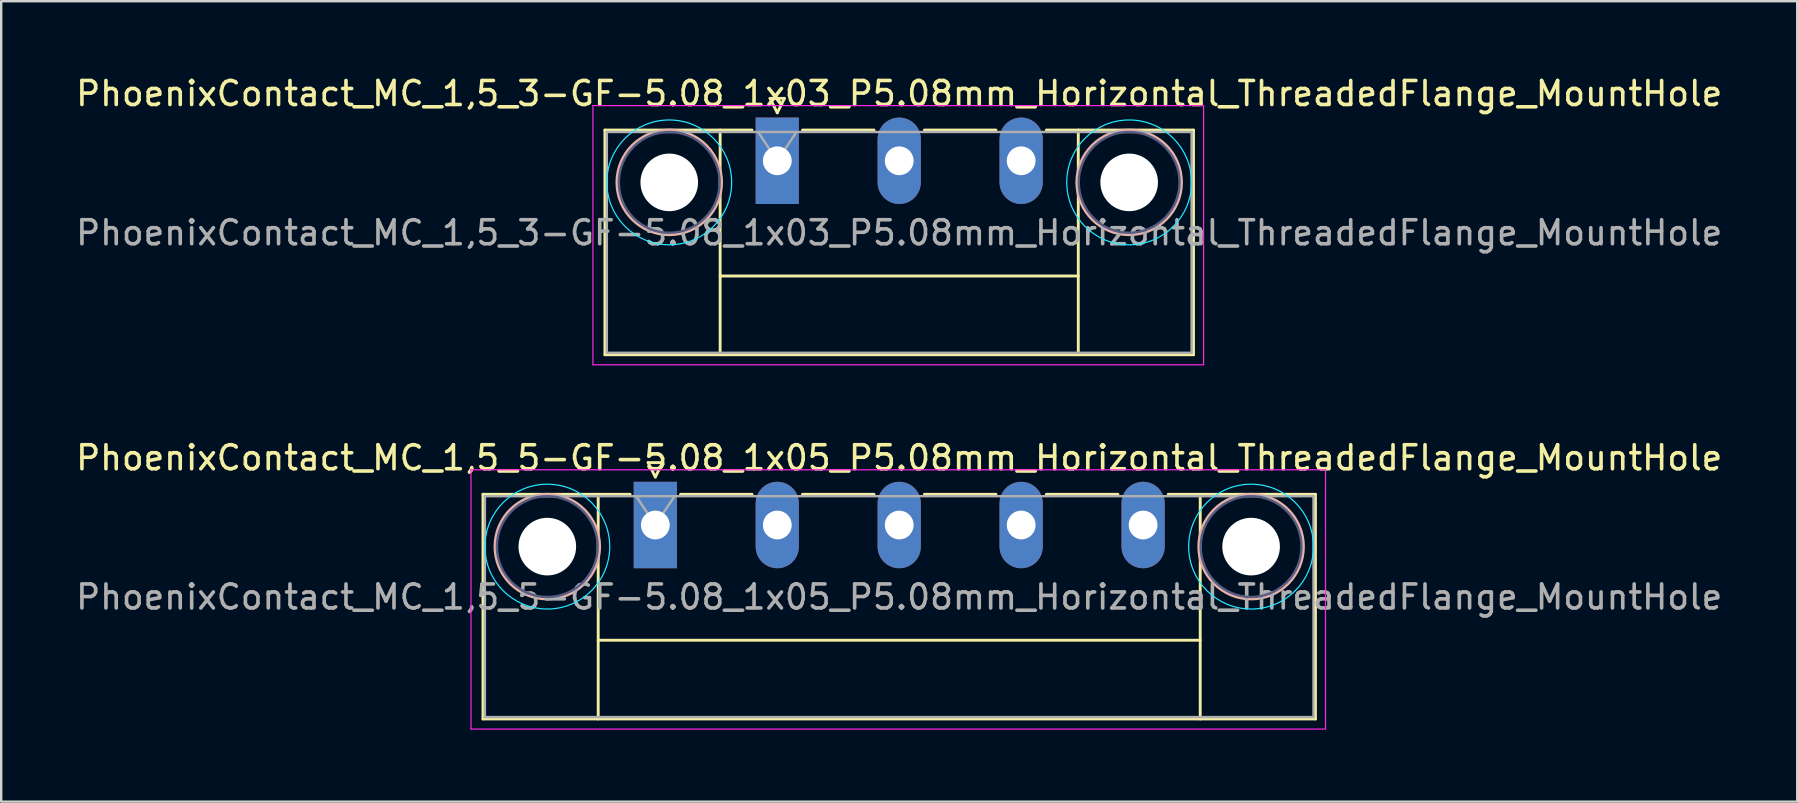
<source format=kicad_pcb>
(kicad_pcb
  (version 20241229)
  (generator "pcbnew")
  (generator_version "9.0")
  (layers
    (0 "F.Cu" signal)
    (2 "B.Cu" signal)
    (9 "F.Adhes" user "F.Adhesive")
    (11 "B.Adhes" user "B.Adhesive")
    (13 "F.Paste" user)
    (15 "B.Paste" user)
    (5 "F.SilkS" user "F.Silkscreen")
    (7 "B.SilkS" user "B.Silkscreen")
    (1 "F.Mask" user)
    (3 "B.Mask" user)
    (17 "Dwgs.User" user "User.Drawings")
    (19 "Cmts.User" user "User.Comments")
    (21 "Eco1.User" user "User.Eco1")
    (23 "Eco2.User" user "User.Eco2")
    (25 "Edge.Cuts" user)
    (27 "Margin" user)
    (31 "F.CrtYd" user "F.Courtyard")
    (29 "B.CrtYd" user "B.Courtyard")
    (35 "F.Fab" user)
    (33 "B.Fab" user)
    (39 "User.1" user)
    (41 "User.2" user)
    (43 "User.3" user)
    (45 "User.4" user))
  (footprint "PhoenixContact_MC_1,5_5-GF-5.08_1x05_P5.08mm_Horizontal_ThreadedFlange_MountHole"
    (layer "F.Cu")
    (at 24.251 18.822)
    (property "Reference" "PhoenixContact_MC_1,5_5-GF-5.08_1x05_P5.08mm_Horizontal_ThreadedFlange_MountHole" (at 10.16 -2.8 0) (layer "F.SilkS") (effects (font (size 1 1) (thickness 0.15))))
    (attr through_hole)
    (fp_line (start -7.18 -1.28) (end -7.18 8.08) (stroke (width 0.12) (type solid)) (layer "F.SilkS"))
    (fp_line (start -7.18 -1.28) (end -1.05 -1.28) (stroke (width 0.12) (type solid)) (layer "F.SilkS"))
    (fp_line (start -7.18 8.08) (end 27.5 8.08) (stroke (width 0.12) (type solid)) (layer "F.SilkS"))
    (fp_line (start -2.38 -1.28) (end -2.38 8.08) (stroke (width 0.12) (type solid)) (layer "F.SilkS"))
    (fp_line (start -2.38 4.8) (end 22.7 4.8) (stroke (width 0.12) (type solid)) (layer "F.SilkS"))
    (fp_line (start -0.3 -2.6) (end 0.3 -2.6) (stroke (width 0.12) (type solid)) (layer "F.SilkS"))
    (fp_line (start 0 -2) (end -0.3 -2.6) (stroke (width 0.12) (type solid)) (layer "F.SilkS"))
    (fp_line (start 0.3 -2.6) (end 0 -2) (stroke (width 0.12) (type solid)) (layer "F.SilkS"))
    (fp_line (start 1.05 -1.28) (end 4.03 -1.28) (stroke (width 0.12) (type solid)) (layer "F.SilkS"))
    (fp_line (start 6.13 -1.28) (end 9.11 -1.28) (stroke (width 0.12) (type solid)) (layer "F.SilkS"))
    (fp_line (start 11.21 -1.28) (end 14.19 -1.28) (stroke (width 0.12) (type solid)) (layer "F.SilkS"))
    (fp_line (start 16.29 -1.28) (end 19.27 -1.28) (stroke (width 0.12) (type solid)) (layer "F.SilkS"))
    (fp_line (start 22.7 -1.28) (end 22.7 8.08) (stroke (width 0.12) (type solid)) (layer "F.SilkS"))
    (fp_line (start 27.5 -1.28) (end 21.37 -1.28) (stroke (width 0.12) (type solid)) (layer "F.SilkS"))
    (fp_line (start 27.5 8.08) (end 27.5 -1.28) (stroke (width 0.12) (type solid)) (layer "F.SilkS"))
    (fp_circle (center -4.5 0.9) (end -2.32 0.9) (stroke (width 0.12) (type solid)) (fill no) (layer "B.SilkS"))
    (fp_circle (center 24.82 0.9) (end 27 0.9) (stroke (width 0.12) (type solid)) (fill no) (layer "B.SilkS"))
    (fp_circle (center -4.5 0.9) (end -1.9 0.9) (stroke (width 0.05) (type solid)) (fill no) (layer "B.CrtYd"))
    (fp_circle (center 24.82 0.9) (end 27.42 0.9) (stroke (width 0.05) (type solid)) (fill no) (layer "B.CrtYd"))
    (fp_line (start -7.68 -2.3) (end -7.68 8.5) (stroke (width 0.05) (type solid)) (layer "F.CrtYd"))
    (fp_line (start -7.68 8.5) (end 27.92 8.5) (stroke (width 0.05) (type solid)) (layer "F.CrtYd"))
    (fp_line (start 27.92 -2.3) (end -7.68 -2.3) (stroke (width 0.05) (type solid)) (layer "F.CrtYd"))
    (fp_line (start 27.92 8.5) (end 27.92 -2.3) (stroke (width 0.05) (type solid)) (layer "F.CrtYd"))
    (fp_circle (center -4.5 0.9) (end -2.4 0.9) (stroke (width 0.1) (type solid)) (fill no) (layer "B.Fab"))
    (fp_circle (center 24.82 0.9) (end 26.92 0.9) (stroke (width 0.1) (type solid)) (fill no) (layer "B.Fab"))
    (fp_line (start -7.1 -1.2) (end -7.1 8) (stroke (width 0.1) (type solid)) (layer "F.Fab"))
    (fp_line (start -7.1 8) (end 27.42 8) (stroke (width 0.1) (type solid)) (layer "F.Fab"))
    (fp_line (start 0 0) (end -0.8 -1.2) (stroke (width 0.1) (type solid)) (layer "F.Fab"))
    (fp_line (start 0.8 -1.2) (end 0 0) (stroke (width 0.1) (type solid)) (layer "F.Fab"))
    (fp_line (start 27.42 -1.2) (end -7.1 -1.2) (stroke (width 0.1) (type solid)) (layer "F.Fab"))
    (fp_line (start 27.42 8) (end 27.42 -1.2) (stroke (width 0.1) (type solid)) (layer "F.Fab"))
    (fp_text user "${REFERENCE}" (at 10.16 3 0) (layer "F.Fab") (effects (font (size 1 1) (thickness 0.15))))
    (pad "" np_thru_hole circle (at -4.5 0.9) (size 2.4 2.4) (drill 2.4) (layers "*.Cu" "*.Mask"))
    (pad "" np_thru_hole circle (at 24.82 0.9) (size 2.4 2.4) (drill 2.4) (layers "*.Cu" "*.Mask"))
    (pad "1" thru_hole rect (at 0 0) (size 1.8 3.6) (drill 1.2) (layers "*.Cu" "*.Mask"))
    (pad "2" thru_hole oval (at 5.08 0) (size 1.8 3.6) (drill 1.2) (layers "*.Cu" "*.Mask"))
    (pad "3" thru_hole oval (at 10.16 0) (size 1.8 3.6) (drill 1.2) (layers "*.Cu" "*.Mask"))
    (pad "4" thru_hole oval (at 15.24 0) (size 1.8 3.6) (drill 1.2) (layers "*.Cu" "*.Mask"))
    (pad "5" thru_hole oval (at 20.32 0) (size 1.8 3.6) (drill 1.2) (layers "*.Cu" "*.Mask")))
  (footprint "PhoenixContact_MC_1,5_3-GF-5.08_1x03_P5.08mm_Horizontal_ThreadedFlange_MountHole"
    (layer "F.Cu")
    (at 29.331 3.648)
    (property "Reference" "PhoenixContact_MC_1,5_3-GF-5.08_1x03_P5.08mm_Horizontal_ThreadedFlange_MountHole" (at 5.08 -2.8 0) (layer "F.SilkS") (effects (font (size 1 1) (thickness 0.15))))
    (attr through_hole)
    (fp_line (start -7.18 -1.28) (end -7.18 8.08) (stroke (width 0.12) (type solid)) (layer "F.SilkS"))
    (fp_line (start -7.18 -1.28) (end -1.05 -1.28) (stroke (width 0.12) (type solid)) (layer "F.SilkS"))
    (fp_line (start -7.18 8.08) (end 17.34 8.08) (stroke (width 0.12) (type solid)) (layer "F.SilkS"))
    (fp_line (start -2.38 -1.28) (end -2.38 8.08) (stroke (width 0.12) (type solid)) (layer "F.SilkS"))
    (fp_line (start -2.38 4.8) (end 12.54 4.8) (stroke (width 0.12) (type solid)) (layer "F.SilkS"))
    (fp_line (start -0.3 -2.6) (end 0.3 -2.6) (stroke (width 0.12) (type solid)) (layer "F.SilkS"))
    (fp_line (start 0 -2) (end -0.3 -2.6) (stroke (width 0.12) (type solid)) (layer "F.SilkS"))
    (fp_line (start 0.3 -2.6) (end 0 -2) (stroke (width 0.12) (type solid)) (layer "F.SilkS"))
    (fp_line (start 1.05 -1.28) (end 4.03 -1.28) (stroke (width 0.12) (type solid)) (layer "F.SilkS"))
    (fp_line (start 6.13 -1.28) (end 9.11 -1.28) (stroke (width 0.12) (type solid)) (layer "F.SilkS"))
    (fp_line (start 12.54 -1.28) (end 12.54 8.08) (stroke (width 0.12) (type solid)) (layer "F.SilkS"))
    (fp_line (start 17.34 -1.28) (end 11.21 -1.28) (stroke (width 0.12) (type solid)) (layer "F.SilkS"))
    (fp_line (start 17.34 8.08) (end 17.34 -1.28) (stroke (width 0.12) (type solid)) (layer "F.SilkS"))
    (fp_circle (center -4.5 0.9) (end -2.32 0.9) (stroke (width 0.12) (type solid)) (fill no) (layer "B.SilkS"))
    (fp_circle (center 14.66 0.9) (end 16.84 0.9) (stroke (width 0.12) (type solid)) (fill no) (layer "B.SilkS"))
    (fp_circle (center -4.5 0.9) (end -1.9 0.9) (stroke (width 0.05) (type solid)) (fill no) (layer "B.CrtYd"))
    (fp_circle (center 14.66 0.9) (end 17.26 0.9) (stroke (width 0.05) (type solid)) (fill no) (layer "B.CrtYd"))
    (fp_line (start -7.68 -2.3) (end -7.68 8.5) (stroke (width 0.05) (type solid)) (layer "F.CrtYd"))
    (fp_line (start -7.68 8.5) (end 17.76 8.5) (stroke (width 0.05) (type solid)) (layer "F.CrtYd"))
    (fp_line (start 17.76 -2.3) (end -7.68 -2.3) (stroke (width 0.05) (type solid)) (layer "F.CrtYd"))
    (fp_line (start 17.76 8.5) (end 17.76 -2.3) (stroke (width 0.05) (type solid)) (layer "F.CrtYd"))
    (fp_circle (center -4.5 0.9) (end -2.4 0.9) (stroke (width 0.1) (type solid)) (fill no) (layer "B.Fab"))
    (fp_circle (center 14.66 0.9) (end 16.76 0.9) (stroke (width 0.1) (type solid)) (fill no) (layer "B.Fab"))
    (fp_line (start -7.1 -1.2) (end -7.1 8) (stroke (width 0.1) (type solid)) (layer "F.Fab"))
    (fp_line (start -7.1 8) (end 17.26 8) (stroke (width 0.1) (type solid)) (layer "F.Fab"))
    (fp_line (start 0 0) (end -0.8 -1.2) (stroke (width 0.1) (type solid)) (layer "F.Fab"))
    (fp_line (start 0.8 -1.2) (end 0 0) (stroke (width 0.1) (type solid)) (layer "F.Fab"))
    (fp_line (start 17.26 -1.2) (end -7.1 -1.2) (stroke (width 0.1) (type solid)) (layer "F.Fab"))
    (fp_line (start 17.26 8) (end 17.26 -1.2) (stroke (width 0.1) (type solid)) (layer "F.Fab"))
    (fp_text user "${REFERENCE}" (at 5.08 3 0) (layer "F.Fab") (effects (font (size 1 1) (thickness 0.15))))
    (pad "" np_thru_hole circle (at -4.5 0.9) (size 2.4 2.4) (drill 2.4) (layers "*.Cu" "*.Mask"))
    (pad "" np_thru_hole circle (at 14.66 0.9) (size 2.4 2.4) (drill 2.4) (layers "*.Cu" "*.Mask"))
    (pad "1" thru_hole rect (at 0 0) (size 1.8 3.6) (drill 1.2) (layers "*.Cu" "*.Mask"))
    (pad "2" thru_hole oval (at 5.08 0) (size 1.8 3.6) (drill 1.2) (layers "*.Cu" "*.Mask"))
    (pad "3" thru_hole oval (at 10.16 0) (size 1.8 3.6) (drill 1.2) (layers "*.Cu" "*.Mask")))
  (gr_rect
    (start -3 -3)
    (end 71.821 30.346)
    (stroke (width 0.1) (type default))
    (fill no)
    (layer "Edge.Cuts")))
</source>
